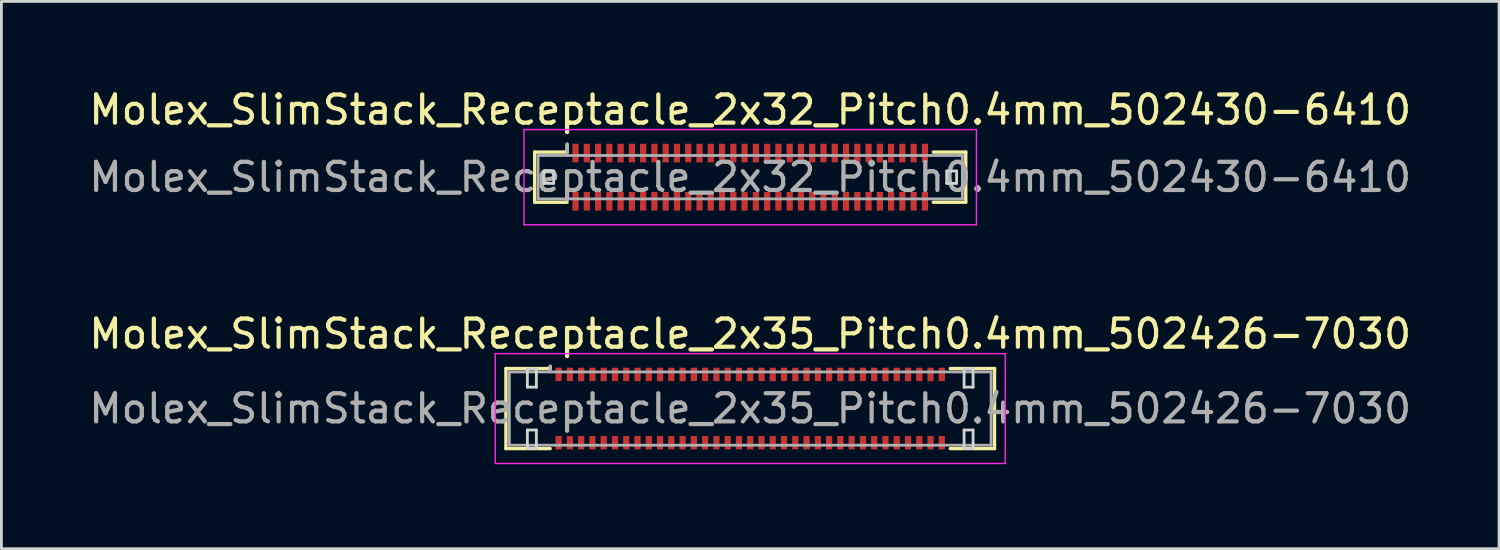
<source format=kicad_pcb>
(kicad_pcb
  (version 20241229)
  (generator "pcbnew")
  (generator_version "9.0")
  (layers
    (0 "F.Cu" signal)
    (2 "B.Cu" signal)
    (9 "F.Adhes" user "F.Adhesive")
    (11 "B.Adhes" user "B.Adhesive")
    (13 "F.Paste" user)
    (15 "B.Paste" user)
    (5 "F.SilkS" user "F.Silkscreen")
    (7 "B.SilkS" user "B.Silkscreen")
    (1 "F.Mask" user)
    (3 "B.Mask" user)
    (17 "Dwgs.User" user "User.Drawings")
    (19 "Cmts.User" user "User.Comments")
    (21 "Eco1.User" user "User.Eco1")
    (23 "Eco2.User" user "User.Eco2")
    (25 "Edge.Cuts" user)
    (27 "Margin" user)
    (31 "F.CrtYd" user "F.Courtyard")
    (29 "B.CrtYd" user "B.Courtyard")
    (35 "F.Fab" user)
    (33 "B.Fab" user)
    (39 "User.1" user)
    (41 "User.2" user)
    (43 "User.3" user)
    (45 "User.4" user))
  (footprint "Molex_SlimStack_Receptacle_2x35_Pitch0.4mm_502426-7030"
    (layer "F.Cu")
    (at 23.577 11.451)
    (property "Reference" "Molex_SlimStack_Receptacle_2x35_Pitch0.4mm_502426-7030" (at 0 -2.65 0) (layer "F.SilkS") (effects (font (size 1 1) (thickness 0.15))))
    (attr smd)
    (fp_line (start -8.67 -1.42) (end -7.1 -1.42) (stroke (width 0.12) (type solid)) (layer "F.SilkS"))
    (fp_line (start -8.67 1.42) (end -8.67 -1.42) (stroke (width 0.12) (type solid)) (layer "F.SilkS"))
    (fp_line (start -7.1 -1.42) (end -7.1 -1.5) (stroke (width 0.12) (type solid)) (layer "F.SilkS"))
    (fp_line (start -7.1 1.42) (end -8.67 1.42) (stroke (width 0.12) (type solid)) (layer "F.SilkS"))
    (fp_line (start 7.1 1.42) (end 8.67 1.42) (stroke (width 0.12) (type solid)) (layer "F.SilkS"))
    (fp_line (start 8.67 -1.42) (end 7.1 -1.42) (stroke (width 0.12) (type solid)) (layer "F.SilkS"))
    (fp_line (start 8.67 1.42) (end 8.67 -1.42) (stroke (width 0.12) (type solid)) (layer "F.SilkS"))
    (fp_line (start -7.91 -1.41) (end -7.91 -0.76) (stroke (width 0.1) (type solid)) (layer "Edge.Cuts"))
    (fp_line (start -7.91 -0.76) (end -7.59 -0.76) (stroke (width 0.1) (type solid)) (layer "Edge.Cuts"))
    (fp_line (start -7.91 0.76) (end -7.91 1.41) (stroke (width 0.1) (type solid)) (layer "Edge.Cuts"))
    (fp_line (start -7.91 1.41) (end -7.59 1.41) (stroke (width 0.1) (type solid)) (layer "Edge.Cuts"))
    (fp_line (start -7.59 -1.41) (end -7.91 -1.41) (stroke (width 0.1) (type solid)) (layer "Edge.Cuts"))
    (fp_line (start -7.59 -0.76) (end -7.59 -1.41) (stroke (width 0.1) (type solid)) (layer "Edge.Cuts"))
    (fp_line (start -7.59 0.76) (end -7.91 0.76) (stroke (width 0.1) (type solid)) (layer "Edge.Cuts"))
    (fp_line (start -7.59 1.41) (end -7.59 0.76) (stroke (width 0.1) (type solid)) (layer "Edge.Cuts"))
    (fp_line (start 7.59 -1.41) (end 7.59 -0.76) (stroke (width 0.1) (type solid)) (layer "Edge.Cuts"))
    (fp_line (start 7.59 -0.76) (end 7.91 -0.76) (stroke (width 0.1) (type solid)) (layer "Edge.Cuts"))
    (fp_line (start 7.59 0.76) (end 7.59 1.41) (stroke (width 0.1) (type solid)) (layer "Edge.Cuts"))
    (fp_line (start 7.59 1.41) (end 7.91 1.41) (stroke (width 0.1) (type solid)) (layer "Edge.Cuts"))
    (fp_line (start 7.91 -1.41) (end 7.59 -1.41) (stroke (width 0.1) (type solid)) (layer "Edge.Cuts"))
    (fp_line (start 7.91 -0.76) (end 7.91 -1.41) (stroke (width 0.1) (type solid)) (layer "Edge.Cuts"))
    (fp_line (start 7.91 0.76) (end 7.59 0.76) (stroke (width 0.1) (type solid)) (layer "Edge.Cuts"))
    (fp_line (start 7.91 1.41) (end 7.91 0.76) (stroke (width 0.1) (type solid)) (layer "Edge.Cuts"))
    (fp_line (start -9.05 -1.95) (end -9.05 1.95) (stroke (width 0.05) (type solid)) (layer "F.CrtYd"))
    (fp_line (start -9.05 1.95) (end 9.05 1.95) (stroke (width 0.05) (type solid)) (layer "F.CrtYd"))
    (fp_line (start 9.05 -1.95) (end -9.05 -1.95) (stroke (width 0.05) (type solid)) (layer "F.CrtYd"))
    (fp_line (start 9.05 1.95) (end 9.05 -1.95) (stroke (width 0.05) (type solid)) (layer "F.CrtYd"))
    (fp_line (start -8.55 -1.3) (end -8.55 1.3) (stroke (width 0.1) (type solid)) (layer "F.Fab"))
    (fp_line (start -8.55 1.3) (end 8.55 1.3) (stroke (width 0.1) (type solid)) (layer "F.Fab"))
    (fp_line (start -7.1 -1.3) (end -7.1 -1.5) (stroke (width 0.1) (type solid)) (layer "F.Fab"))
    (fp_line (start 8.55 -1.3) (end -8.55 -1.3) (stroke (width 0.1) (type solid)) (layer "F.Fab"))
    (fp_line (start 8.55 1.3) (end 8.55 -1.3) (stroke (width 0.1) (type solid)) (layer "F.Fab"))
    (fp_text user "${REFERENCE}" (at 0 0 0) (layer "F.Fab") (effects (font (size 1 1) (thickness 0.15))))
    (pad "1" smd rect (at -6.8 -1.212) (size 0.22 0.475) (layers "F.Cu" "F.Mask" "F.Paste"))
    (pad "2" smd rect (at -6.8 1.212) (size 0.22 0.475) (layers "F.Cu" "F.Mask" "F.Paste"))
    (pad "3" smd rect (at -6.4 -1.212) (size 0.22 0.475) (layers "F.Cu" "F.Mask" "F.Paste"))
    (pad "4" smd rect (at -6.4 1.212) (size 0.22 0.475) (layers "F.Cu" "F.Mask" "F.Paste"))
    (pad "5" smd rect (at -6 -1.212) (size 0.22 0.475) (layers "F.Cu" "F.Mask" "F.Paste"))
    (pad "6" smd rect (at -6 1.212) (size 0.22 0.475) (layers "F.Cu" "F.Mask" "F.Paste"))
    (pad "7" smd rect (at -5.6 -1.212) (size 0.22 0.475) (layers "F.Cu" "F.Mask" "F.Paste"))
    (pad "8" smd rect (at -5.6 1.212) (size 0.22 0.475) (layers "F.Cu" "F.Mask" "F.Paste"))
    (pad "9" smd rect (at -5.2 -1.212) (size 0.22 0.475) (layers "F.Cu" "F.Mask" "F.Paste"))
    (pad "10" smd rect (at -5.2 1.212) (size 0.22 0.475) (layers "F.Cu" "F.Mask" "F.Paste"))
    (pad "11" smd rect (at -4.8 -1.212) (size 0.22 0.475) (layers "F.Cu" "F.Mask" "F.Paste"))
    (pad "12" smd rect (at -4.8 1.212) (size 0.22 0.475) (layers "F.Cu" "F.Mask" "F.Paste"))
    (pad "13" smd rect (at -4.4 -1.212) (size 0.22 0.475) (layers "F.Cu" "F.Mask" "F.Paste"))
    (pad "14" smd rect (at -4.4 1.212) (size 0.22 0.475) (layers "F.Cu" "F.Mask" "F.Paste"))
    (pad "15" smd rect (at -4 -1.212) (size 0.22 0.475) (layers "F.Cu" "F.Mask" "F.Paste"))
    (pad "16" smd rect (at -4 1.212) (size 0.22 0.475) (layers "F.Cu" "F.Mask" "F.Paste"))
    (pad "17" smd rect (at -3.6 -1.212) (size 0.22 0.475) (layers "F.Cu" "F.Mask" "F.Paste"))
    (pad "18" smd rect (at -3.6 1.212) (size 0.22 0.475) (layers "F.Cu" "F.Mask" "F.Paste"))
    (pad "19" smd rect (at -3.2 -1.212) (size 0.22 0.475) (layers "F.Cu" "F.Mask" "F.Paste"))
    (pad "20" smd rect (at -3.2 1.212) (size 0.22 0.475) (layers "F.Cu" "F.Mask" "F.Paste"))
    (pad "21" smd rect (at -2.8 -1.212) (size 0.22 0.475) (layers "F.Cu" "F.Mask" "F.Paste"))
    (pad "22" smd rect (at -2.8 1.212) (size 0.22 0.475) (layers "F.Cu" "F.Mask" "F.Paste"))
    (pad "23" smd rect (at -2.4 -1.212) (size 0.22 0.475) (layers "F.Cu" "F.Mask" "F.Paste"))
    (pad "24" smd rect (at -2.4 1.212) (size 0.22 0.475) (layers "F.Cu" "F.Mask" "F.Paste"))
    (pad "25" smd rect (at -2 -1.212) (size 0.22 0.475) (layers "F.Cu" "F.Mask" "F.Paste"))
    (pad "26" smd rect (at -2 1.212) (size 0.22 0.475) (layers "F.Cu" "F.Mask" "F.Paste"))
    (pad "27" smd rect (at -1.6 -1.212) (size 0.22 0.475) (layers "F.Cu" "F.Mask" "F.Paste"))
    (pad "28" smd rect (at -1.6 1.212) (size 0.22 0.475) (layers "F.Cu" "F.Mask" "F.Paste"))
    (pad "29" smd rect (at -1.2 -1.212) (size 0.22 0.475) (layers "F.Cu" "F.Mask" "F.Paste"))
    (pad "30" smd rect (at -1.2 1.212) (size 0.22 0.475) (layers "F.Cu" "F.Mask" "F.Paste"))
    (pad "31" smd rect (at -0.8 -1.212) (size 0.22 0.475) (layers "F.Cu" "F.Mask" "F.Paste"))
    (pad "32" smd rect (at -0.8 1.212) (size 0.22 0.475) (layers "F.Cu" "F.Mask" "F.Paste"))
    (pad "33" smd rect (at -0.4 -1.212) (size 0.22 0.475) (layers "F.Cu" "F.Mask" "F.Paste"))
    (pad "34" smd rect (at -0.4 1.212) (size 0.22 0.475) (layers "F.Cu" "F.Mask" "F.Paste"))
    (pad "35" smd rect (at 0 -1.212) (size 0.22 0.475) (layers "F.Cu" "F.Mask" "F.Paste"))
    (pad "36" smd rect (at 0 1.212) (size 0.22 0.475) (layers "F.Cu" "F.Mask" "F.Paste"))
    (pad "37" smd rect (at 0.4 -1.212) (size 0.22 0.475) (layers "F.Cu" "F.Mask" "F.Paste"))
    (pad "38" smd rect (at 0.4 1.212) (size 0.22 0.475) (layers "F.Cu" "F.Mask" "F.Paste"))
    (pad "39" smd rect (at 0.8 -1.212) (size 0.22 0.475) (layers "F.Cu" "F.Mask" "F.Paste"))
    (pad "40" smd rect (at 0.8 1.212) (size 0.22 0.475) (layers "F.Cu" "F.Mask" "F.Paste"))
    (pad "41" smd rect (at 1.2 -1.212) (size 0.22 0.475) (layers "F.Cu" "F.Mask" "F.Paste"))
    (pad "42" smd rect (at 1.2 1.212) (size 0.22 0.475) (layers "F.Cu" "F.Mask" "F.Paste"))
    (pad "43" smd rect (at 1.6 -1.212) (size 0.22 0.475) (layers "F.Cu" "F.Mask" "F.Paste"))
    (pad "44" smd rect (at 1.6 1.212) (size 0.22 0.475) (layers "F.Cu" "F.Mask" "F.Paste"))
    (pad "45" smd rect (at 2 -1.212) (size 0.22 0.475) (layers "F.Cu" "F.Mask" "F.Paste"))
    (pad "46" smd rect (at 2 1.212) (size 0.22 0.475) (layers "F.Cu" "F.Mask" "F.Paste"))
    (pad "47" smd rect (at 2.4 -1.212) (size 0.22 0.475) (layers "F.Cu" "F.Mask" "F.Paste"))
    (pad "48" smd rect (at 2.4 1.212) (size 0.22 0.475) (layers "F.Cu" "F.Mask" "F.Paste"))
    (pad "49" smd rect (at 2.8 -1.212) (size 0.22 0.475) (layers "F.Cu" "F.Mask" "F.Paste"))
    (pad "50" smd rect (at 2.8 1.212) (size 0.22 0.475) (layers "F.Cu" "F.Mask" "F.Paste"))
    (pad "51" smd rect (at 3.2 -1.212) (size 0.22 0.475) (layers "F.Cu" "F.Mask" "F.Paste"))
    (pad "52" smd rect (at 3.2 1.212) (size 0.22 0.475) (layers "F.Cu" "F.Mask" "F.Paste"))
    (pad "53" smd rect (at 3.6 -1.212) (size 0.22 0.475) (layers "F.Cu" "F.Mask" "F.Paste"))
    (pad "54" smd rect (at 3.6 1.212) (size 0.22 0.475) (layers "F.Cu" "F.Mask" "F.Paste"))
    (pad "55" smd rect (at 4 -1.212) (size 0.22 0.475) (layers "F.Cu" "F.Mask" "F.Paste"))
    (pad "56" smd rect (at 4 1.212) (size 0.22 0.475) (layers "F.Cu" "F.Mask" "F.Paste"))
    (pad "57" smd rect (at 4.4 -1.212) (size 0.22 0.475) (layers "F.Cu" "F.Mask" "F.Paste"))
    (pad "58" smd rect (at 4.4 1.212) (size 0.22 0.475) (layers "F.Cu" "F.Mask" "F.Paste"))
    (pad "59" smd rect (at 4.8 -1.212) (size 0.22 0.475) (layers "F.Cu" "F.Mask" "F.Paste"))
    (pad "60" smd rect (at 4.8 1.212) (size 0.22 0.475) (layers "F.Cu" "F.Mask" "F.Paste"))
    (pad "61" smd rect (at 5.2 -1.212) (size 0.22 0.475) (layers "F.Cu" "F.Mask" "F.Paste"))
    (pad "62" smd rect (at 5.2 1.212) (size 0.22 0.475) (layers "F.Cu" "F.Mask" "F.Paste"))
    (pad "63" smd rect (at 5.6 -1.212) (size 0.22 0.475) (layers "F.Cu" "F.Mask" "F.Paste"))
    (pad "64" smd rect (at 5.6 1.212) (size 0.22 0.475) (layers "F.Cu" "F.Mask" "F.Paste"))
    (pad "65" smd rect (at 6 -1.212) (size 0.22 0.475) (layers "F.Cu" "F.Mask" "F.Paste"))
    (pad "66" smd rect (at 6 1.212) (size 0.22 0.475) (layers "F.Cu" "F.Mask" "F.Paste"))
    (pad "67" smd rect (at 6.4 -1.212) (size 0.22 0.475) (layers "F.Cu" "F.Mask" "F.Paste"))
    (pad "68" smd rect (at 6.4 1.212) (size 0.22 0.475) (layers "F.Cu" "F.Mask" "F.Paste"))
    (pad "69" smd rect (at 6.8 -1.212) (size 0.22 0.475) (layers "F.Cu" "F.Mask" "F.Paste"))
    (pad "70" smd rect (at 6.8 1.212) (size 0.22 0.475) (layers "F.Cu" "F.Mask" "F.Paste")))
  (footprint "Molex_SlimStack_Receptacle_2x32_Pitch0.4mm_502430-6410"
    (layer "F.Cu")
    (at 23.577 3.238)
    (property "Reference" "Molex_SlimStack_Receptacle_2x32_Pitch0.4mm_502430-6410" (at 0 -2.39 0) (layer "F.SilkS") (effects (font (size 1 1) (thickness 0.15))))
    (attr smd)
    (fp_line (start -7.65 -0.89) (end -6.5 -0.89) (stroke (width 0.12) (type solid)) (layer "F.SilkS"))
    (fp_line (start -7.65 0.89) (end -7.65 -0.89) (stroke (width 0.12) (type solid)) (layer "F.SilkS"))
    (fp_line (start -6.5 -0.89) (end -6.5 -1.17) (stroke (width 0.12) (type solid)) (layer "F.SilkS"))
    (fp_line (start -6.5 0.89) (end -7.65 0.89) (stroke (width 0.12) (type solid)) (layer "F.SilkS"))
    (fp_line (start 6.5 0.89) (end 7.65 0.89) (stroke (width 0.12) (type solid)) (layer "F.SilkS"))
    (fp_line (start 7.65 -0.89) (end 6.5 -0.89) (stroke (width 0.12) (type solid)) (layer "F.SilkS"))
    (fp_line (start 7.65 0.89) (end 7.65 -0.89) (stroke (width 0.12) (type solid)) (layer "F.SilkS"))
    (fp_line (start -7.325 -0.22) (end -7.325 0.22) (stroke (width 0.1) (type solid)) (layer "Edge.Cuts"))
    (fp_line (start -7.325 0.22) (end -6.975 0.22) (stroke (width 0.1) (type solid)) (layer "Edge.Cuts"))
    (fp_line (start -6.975 -0.22) (end -7.325 -0.22) (stroke (width 0.1) (type solid)) (layer "Edge.Cuts"))
    (fp_line (start -6.975 0.22) (end -6.975 -0.22) (stroke (width 0.1) (type solid)) (layer "Edge.Cuts"))
    (fp_line (start 6.975 -0.22) (end 6.975 0.22) (stroke (width 0.1) (type solid)) (layer "Edge.Cuts"))
    (fp_line (start 6.975 0.22) (end 7.325 0.22) (stroke (width 0.1) (type solid)) (layer "Edge.Cuts"))
    (fp_line (start 7.325 -0.22) (end 6.975 -0.22) (stroke (width 0.1) (type solid)) (layer "Edge.Cuts"))
    (fp_line (start 7.325 0.22) (end 7.325 -0.22) (stroke (width 0.1) (type solid)) (layer "Edge.Cuts"))
    (fp_line (start -8.03 -1.69) (end -8.03 1.69) (stroke (width 0.05) (type solid)) (layer "F.CrtYd"))
    (fp_line (start -8.03 1.69) (end 8.03 1.69) (stroke (width 0.05) (type solid)) (layer "F.CrtYd"))
    (fp_line (start 8.03 -1.69) (end -8.03 -1.69) (stroke (width 0.05) (type solid)) (layer "F.CrtYd"))
    (fp_line (start 8.03 1.69) (end 8.03 -1.69) (stroke (width 0.05) (type solid)) (layer "F.CrtYd"))
    (fp_line (start -7.53 -0.77) (end -7.53 0.77) (stroke (width 0.1) (type solid)) (layer "F.Fab"))
    (fp_line (start -7.53 0.77) (end 7.53 0.77) (stroke (width 0.1) (type solid)) (layer "F.Fab"))
    (fp_line (start -6.5 -0.77) (end -6.5 -1.17) (stroke (width 0.1) (type solid)) (layer "F.Fab"))
    (fp_line (start 7.53 -0.77) (end -7.53 -0.77) (stroke (width 0.1) (type solid)) (layer "F.Fab"))
    (fp_line (start 7.53 0.77) (end 7.53 -0.77) (stroke (width 0.1) (type solid)) (layer "F.Fab"))
    (fp_text user "${REFERENCE}" (at 0 0 0) (layer "F.Fab") (effects (font (size 1 1) (thickness 0.15))))
    (pad "1" smd rect (at -6.2 -0.855) (size 0.22 0.66) (layers "F.Cu" "F.Mask" "F.Paste"))
    (pad "2" smd rect (at -6.2 0.855) (size 0.22 0.66) (layers "F.Cu" "F.Mask" "F.Paste"))
    (pad "3" smd rect (at -5.8 -0.855) (size 0.22 0.66) (layers "F.Cu" "F.Mask" "F.Paste"))
    (pad "4" smd rect (at -5.8 0.855) (size 0.22 0.66) (layers "F.Cu" "F.Mask" "F.Paste"))
    (pad "5" smd rect (at -5.4 -0.855) (size 0.22 0.66) (layers "F.Cu" "F.Mask" "F.Paste"))
    (pad "6" smd rect (at -5.4 0.855) (size 0.22 0.66) (layers "F.Cu" "F.Mask" "F.Paste"))
    (pad "7" smd rect (at -5 -0.855) (size 0.22 0.66) (layers "F.Cu" "F.Mask" "F.Paste"))
    (pad "8" smd rect (at -5 0.855) (size 0.22 0.66) (layers "F.Cu" "F.Mask" "F.Paste"))
    (pad "9" smd rect (at -4.6 -0.855) (size 0.22 0.66) (layers "F.Cu" "F.Mask" "F.Paste"))
    (pad "10" smd rect (at -4.6 0.855) (size 0.22 0.66) (layers "F.Cu" "F.Mask" "F.Paste"))
    (pad "11" smd rect (at -4.2 -0.855) (size 0.22 0.66) (layers "F.Cu" "F.Mask" "F.Paste"))
    (pad "12" smd rect (at -4.2 0.855) (size 0.22 0.66) (layers "F.Cu" "F.Mask" "F.Paste"))
    (pad "13" smd rect (at -3.8 -0.855) (size 0.22 0.66) (layers "F.Cu" "F.Mask" "F.Paste"))
    (pad "14" smd rect (at -3.8 0.855) (size 0.22 0.66) (layers "F.Cu" "F.Mask" "F.Paste"))
    (pad "15" smd rect (at -3.4 -0.855) (size 0.22 0.66) (layers "F.Cu" "F.Mask" "F.Paste"))
    (pad "16" smd rect (at -3.4 0.855) (size 0.22 0.66) (layers "F.Cu" "F.Mask" "F.Paste"))
    (pad "17" smd rect (at -3 -0.855) (size 0.22 0.66) (layers "F.Cu" "F.Mask" "F.Paste"))
    (pad "18" smd rect (at -3 0.855) (size 0.22 0.66) (layers "F.Cu" "F.Mask" "F.Paste"))
    (pad "19" smd rect (at -2.6 -0.855) (size 0.22 0.66) (layers "F.Cu" "F.Mask" "F.Paste"))
    (pad "20" smd rect (at -2.6 0.855) (size 0.22 0.66) (layers "F.Cu" "F.Mask" "F.Paste"))
    (pad "21" smd rect (at -2.2 -0.855) (size 0.22 0.66) (layers "F.Cu" "F.Mask" "F.Paste"))
    (pad "22" smd rect (at -2.2 0.855) (size 0.22 0.66) (layers "F.Cu" "F.Mask" "F.Paste"))
    (pad "23" smd rect (at -1.8 -0.855) (size 0.22 0.66) (layers "F.Cu" "F.Mask" "F.Paste"))
    (pad "24" smd rect (at -1.8 0.855) (size 0.22 0.66) (layers "F.Cu" "F.Mask" "F.Paste"))
    (pad "25" smd rect (at -1.4 -0.855) (size 0.22 0.66) (layers "F.Cu" "F.Mask" "F.Paste"))
    (pad "26" smd rect (at -1.4 0.855) (size 0.22 0.66) (layers "F.Cu" "F.Mask" "F.Paste"))
    (pad "27" smd rect (at -1 -0.855) (size 0.22 0.66) (layers "F.Cu" "F.Mask" "F.Paste"))
    (pad "28" smd rect (at -1 0.855) (size 0.22 0.66) (layers "F.Cu" "F.Mask" "F.Paste"))
    (pad "29" smd rect (at -0.6 -0.855) (size 0.22 0.66) (layers "F.Cu" "F.Mask" "F.Paste"))
    (pad "30" smd rect (at -0.6 0.855) (size 0.22 0.66) (layers "F.Cu" "F.Mask" "F.Paste"))
    (pad "31" smd rect (at -0.2 -0.855) (size 0.22 0.66) (layers "F.Cu" "F.Mask" "F.Paste"))
    (pad "32" smd rect (at -0.2 0.855) (size 0.22 0.66) (layers "F.Cu" "F.Mask" "F.Paste"))
    (pad "33" smd rect (at 0.2 -0.855) (size 0.22 0.66) (layers "F.Cu" "F.Mask" "F.Paste"))
    (pad "34" smd rect (at 0.2 0.855) (size 0.22 0.66) (layers "F.Cu" "F.Mask" "F.Paste"))
    (pad "35" smd rect (at 0.6 -0.855) (size 0.22 0.66) (layers "F.Cu" "F.Mask" "F.Paste"))
    (pad "36" smd rect (at 0.6 0.855) (size 0.22 0.66) (layers "F.Cu" "F.Mask" "F.Paste"))
    (pad "37" smd rect (at 1 -0.855) (size 0.22 0.66) (layers "F.Cu" "F.Mask" "F.Paste"))
    (pad "38" smd rect (at 1 0.855) (size 0.22 0.66) (layers "F.Cu" "F.Mask" "F.Paste"))
    (pad "39" smd rect (at 1.4 -0.855) (size 0.22 0.66) (layers "F.Cu" "F.Mask" "F.Paste"))
    (pad "40" smd rect (at 1.4 0.855) (size 0.22 0.66) (layers "F.Cu" "F.Mask" "F.Paste"))
    (pad "41" smd rect (at 1.8 -0.855) (size 0.22 0.66) (layers "F.Cu" "F.Mask" "F.Paste"))
    (pad "42" smd rect (at 1.8 0.855) (size 0.22 0.66) (layers "F.Cu" "F.Mask" "F.Paste"))
    (pad "43" smd rect (at 2.2 -0.855) (size 0.22 0.66) (layers "F.Cu" "F.Mask" "F.Paste"))
    (pad "44" smd rect (at 2.2 0.855) (size 0.22 0.66) (layers "F.Cu" "F.Mask" "F.Paste"))
    (pad "45" smd rect (at 2.6 -0.855) (size 0.22 0.66) (layers "F.Cu" "F.Mask" "F.Paste"))
    (pad "46" smd rect (at 2.6 0.855) (size 0.22 0.66) (layers "F.Cu" "F.Mask" "F.Paste"))
    (pad "47" smd rect (at 3 -0.855) (size 0.22 0.66) (layers "F.Cu" "F.Mask" "F.Paste"))
    (pad "48" smd rect (at 3 0.855) (size 0.22 0.66) (layers "F.Cu" "F.Mask" "F.Paste"))
    (pad "49" smd rect (at 3.4 -0.855) (size 0.22 0.66) (layers "F.Cu" "F.Mask" "F.Paste"))
    (pad "50" smd rect (at 3.4 0.855) (size 0.22 0.66) (layers "F.Cu" "F.Mask" "F.Paste"))
    (pad "51" smd rect (at 3.8 -0.855) (size 0.22 0.66) (layers "F.Cu" "F.Mask" "F.Paste"))
    (pad "52" smd rect (at 3.8 0.855) (size 0.22 0.66) (layers "F.Cu" "F.Mask" "F.Paste"))
    (pad "53" smd rect (at 4.2 -0.855) (size 0.22 0.66) (layers "F.Cu" "F.Mask" "F.Paste"))
    (pad "54" smd rect (at 4.2 0.855) (size 0.22 0.66) (layers "F.Cu" "F.Mask" "F.Paste"))
    (pad "55" smd rect (at 4.6 -0.855) (size 0.22 0.66) (layers "F.Cu" "F.Mask" "F.Paste"))
    (pad "56" smd rect (at 4.6 0.855) (size 0.22 0.66) (layers "F.Cu" "F.Mask" "F.Paste"))
    (pad "57" smd rect (at 5 -0.855) (size 0.22 0.66) (layers "F.Cu" "F.Mask" "F.Paste"))
    (pad "58" smd rect (at 5 0.855) (size 0.22 0.66) (layers "F.Cu" "F.Mask" "F.Paste"))
    (pad "59" smd rect (at 5.4 -0.855) (size 0.22 0.66) (layers "F.Cu" "F.Mask" "F.Paste"))
    (pad "60" smd rect (at 5.4 0.855) (size 0.22 0.66) (layers "F.Cu" "F.Mask" "F.Paste"))
    (pad "61" smd rect (at 5.8 -0.855) (size 0.22 0.66) (layers "F.Cu" "F.Mask" "F.Paste"))
    (pad "62" smd rect (at 5.8 0.855) (size 0.22 0.66) (layers "F.Cu" "F.Mask" "F.Paste"))
    (pad "63" smd rect (at 6.2 -0.855) (size 0.22 0.66) (layers "F.Cu" "F.Mask" "F.Paste"))
    (pad "64" smd rect (at 6.2 0.855) (size 0.22 0.66) (layers "F.Cu" "F.Mask" "F.Paste")))
  (gr_rect
    (start -3 -3)
    (end 50.155 16.427)
    (stroke (width 0.1) (type default))
    (fill no)
    (layer "Edge.Cuts")))
</source>
